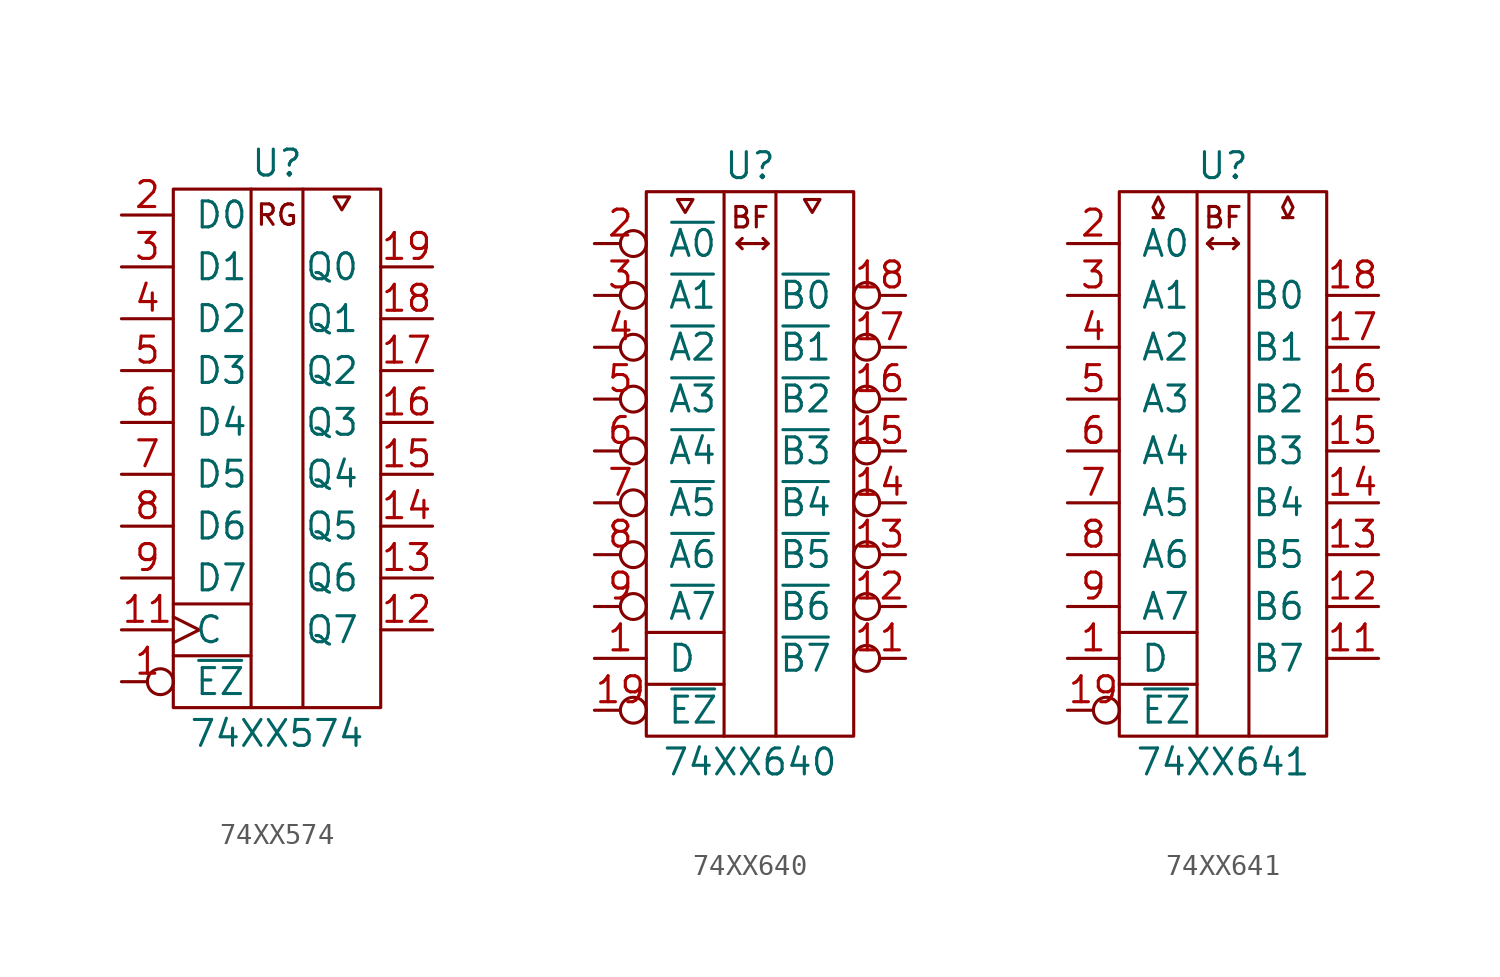
<source format=kicad_sym>
(kicad_symbol_lib
  (version 20211014)
  (generator kicad_symbol_editor)
  (symbol "74XX574"
    (pin_names
      (offset 1.016))
    (property "Reference" "U"
      (at 0 13.97 0)
      (effects (font (size 1.27 1.27))))
    (property "Value" "74XX574"
      (at 0 -13.97 0)
      (effects (font (size 1.27 1.27))))
    (symbol "74XX574_0_1"
      (polyline (pts (xy -5.08 -7.62) (xy -1.27 -7.62)) (stroke (width 0) (type default) (color 0 0 0 0)) (fill (type none)))
      (polyline (pts (xy -1.27 -10.16) (xy -5.08 -10.16)) (stroke (width 0) (type default) (color 0 0 0 0)) (fill (type none)))
      (polyline (pts (xy -1.27 12.7) (xy -1.27 -12.7)) (stroke (width 0) (type default) (color 0 0 0 0)) (fill (type none)))
      (polyline (pts (xy 1.27 -12.7) (xy 1.27 12.7)) (stroke (width 0) (type default) (color 0 0 0 0)) (fill (type none)))
      (polyline (pts (xy 3.175 11.684) (xy 2.794 12.319) (xy 3.556 12.319) (xy 3.175 11.684)) (stroke (width 0) (type default) (color 0 0 0 0)) (fill (type none))))
    (symbol "74XX574_1_1"
      (rectangle (start -5.08 -12.7) (end 5.08 12.7) (stroke (width 0) (type default) (color 0 0 0 0)) (fill (type none)))
      (text "RG" (at 0 11.43 0) (effects (font (size 1 1))))
      (pin input inverted (at -7.62 -11.43 0) (length 2.54) (name "~{EZ}" (effects (font (size 1.27 1.27)))) (number "1" (effects (font (size 1.27 1.27)))))
      (pin power_in line (at 5.08 -12.7 180) (length 0) hide (name "GND" (effects (font (size 1.27 1.27)))) (number "10" (effects (font (size 1.27 1.27)))))
      (pin input clock (at -7.62 -8.89 0) (length 2.54) (name "C" (effects (font (size 1.27 1.27)))) (number "11" (effects (font (size 1.27 1.27)))))
      (pin tri_state line (at 7.62 -8.89 180) (length 2.54) (name "Q7" (effects (font (size 1.27 1.27)))) (number "12" (effects (font (size 1.27 1.27)))))
      (pin tri_state line (at 7.62 -6.35 180) (length 2.54) (name "Q6" (effects (font (size 1.27 1.27)))) (number "13" (effects (font (size 1.27 1.27)))))
      (pin tri_state line (at 7.62 -3.81 180) (length 2.54) (name "Q5" (effects (font (size 1.27 1.27)))) (number "14" (effects (font (size 1.27 1.27)))))
      (pin tri_state line (at 7.62 -1.27 180) (length 2.54) (name "Q4" (effects (font (size 1.27 1.27)))) (number "15" (effects (font (size 1.27 1.27)))))
      (pin tri_state line (at 7.62 1.27 180) (length 2.54) (name "Q3" (effects (font (size 1.27 1.27)))) (number "16" (effects (font (size 1.27 1.27)))))
      (pin tri_state line (at 7.62 3.81 180) (length 2.54) (name "Q2" (effects (font (size 1.27 1.27)))) (number "17" (effects (font (size 1.27 1.27)))))
      (pin tri_state line (at 7.62 6.35 180) (length 2.54) (name "Q1" (effects (font (size 1.27 1.27)))) (number "18" (effects (font (size 1.27 1.27)))))
      (pin tri_state line (at 7.62 8.89 180) (length 2.54) (name "Q0" (effects (font (size 1.27 1.27)))) (number "19" (effects (font (size 1.27 1.27)))))
      (pin input line (at -7.62 11.43 0) (length 2.54) (name "D0" (effects (font (size 1.27 1.27)))) (number "2" (effects (font (size 1.27 1.27)))))
      (pin power_in line (at 5.08 12.7 180) (length 0) hide (name "VCC" (effects (font (size 1.27 1.27)))) (number "20" (effects (font (size 1.27 1.27)))))
      (pin input line (at -7.62 8.89 0) (length 2.54) (name "D1" (effects (font (size 1.27 1.27)))) (number "3" (effects (font (size 1.27 1.27)))))
      (pin input line (at -7.62 6.35 0) (length 2.54) (name "D2" (effects (font (size 1.27 1.27)))) (number "4" (effects (font (size 1.27 1.27)))))
      (pin input line (at -7.62 3.81 0) (length 2.54) (name "D3" (effects (font (size 1.27 1.27)))) (number "5" (effects (font (size 1.27 1.27)))))
      (pin input line (at -7.62 1.27 0) (length 2.54) (name "D4" (effects (font (size 1.27 1.27)))) (number "6" (effects (font (size 1.27 1.27)))))
      (pin input line (at -7.62 -1.27 0) (length 2.54) (name "D5" (effects (font (size 1.27 1.27)))) (number "7" (effects (font (size 1.27 1.27)))))
      (pin input line (at -7.62 -3.81 0) (length 2.54) (name "D6" (effects (font (size 1.27 1.27)))) (number "8" (effects (font (size 1.27 1.27)))))
      (pin input line (at -7.62 -6.35 0) (length 2.54) (name "D7" (effects (font (size 1.27 1.27)))) (number "9" (effects (font (size 1.27 1.27)))))))
  (symbol "74XX640"
    (pin_names
      (offset 1.016))
    (property "Reference" "U"
      (at 0 15.24 0)
      (effects (font (size 1.27 1.27))))
    (property "Value" "74XX640"
      (at 0 -13.97 0)
      (effects (font (size 1.27 1.27))))
    (symbol "74XX640_0_1"
      (polyline (pts (xy -5.08 -10.16) (xy -1.27 -10.16)) (stroke (width 0) (type default) (color 0 0 0 0)) (fill (type none)))
      (polyline (pts (xy -5.08 -7.62) (xy -1.27 -7.62)) (stroke (width 0) (type default) (color 0 0 0 0)) (fill (type none)))
      (polyline (pts (xy -1.27 13.97) (xy -1.27 -12.7)) (stroke (width 0) (type default) (color 0 0 0 0)) (fill (type none)))
      (polyline (pts (xy -0.635 11.43) (xy 0.889 11.43)) (stroke (width 0) (type default) (color 0 0 0 0)) (fill (type none)))
      (polyline (pts (xy 1.27 -12.7) (xy 1.27 13.97)) (stroke (width 0) (type default) (color 0 0 0 0)) (fill (type none)))
      (polyline (pts (xy -0.381 11.684) (xy -0.635 11.43) (xy -0.381 11.176)) (stroke (width 0) (type default) (color 0 0 0 0)) (fill (type none)))
      (polyline (pts (xy 0.635 11.684) (xy 0.889 11.43) (xy 0.635 11.176)) (stroke (width 0) (type default) (color 0 0 0 0)) (fill (type none)))
      (polyline (pts (xy -3.175 12.954) (xy -3.556 13.589) (xy -2.794 13.589) (xy -3.175 12.954)) (stroke (width 0) (type default) (color 0 0 0 0)) (fill (type none)))
      (polyline (pts (xy 3.048 12.954) (xy 2.667 13.589) (xy 3.429 13.589) (xy 3.048 12.954)) (stroke (width 0) (type default) (color 0 0 0 0)) (fill (type none)))
      (pin power_in line (at 5.08 -12.7 180) (length 0) hide (name "GND" (effects (font (size 1.27 1.27)))) (number "10" (effects (font (size 1.27 1.27)))))
      (pin power_in line (at 5.08 13.97 180) (length 0) hide (name "VCC" (effects (font (size 1.27 1.27)))) (number "20" (effects (font (size 1.27 1.27))))))
    (symbol "74XX640_1_1"
      (rectangle (start -5.08 13.97) (end 5.08 -12.7) (stroke (width 0) (type default) (color 0 0 0 0)) (fill (type none)))
      (text "BF" (at 0 12.7 0) (effects (font (size 1 1))))
      (pin input line (at -7.62 -8.89 0) (length 2.54) (name "D" (effects (font (size 1.27 1.27)))) (number "1" (effects (font (size 1.27 1.27)))))
      (pin tri_state inverted (at 7.62 -8.89 180) (length 2.54) (name "~{B7}" (effects (font (size 1.27 1.27)))) (number "11" (effects (font (size 1.27 1.27)))))
      (pin tri_state inverted (at 7.62 -6.35 180) (length 2.54) (name "~{B6}" (effects (font (size 1.27 1.27)))) (number "12" (effects (font (size 1.27 1.27)))))
      (pin tri_state inverted (at 7.62 -3.81 180) (length 2.54) (name "~{B5}" (effects (font (size 1.27 1.27)))) (number "13" (effects (font (size 1.27 1.27)))))
      (pin tri_state inverted (at 7.62 -1.27 180) (length 2.54) (name "~{B4}" (effects (font (size 1.27 1.27)))) (number "14" (effects (font (size 1.27 1.27)))))
      (pin tri_state inverted (at 7.62 1.27 180) (length 2.54) (name "~{B3}" (effects (font (size 1.27 1.27)))) (number "15" (effects (font (size 1.27 1.27)))))
      (pin tri_state inverted (at 7.62 3.81 180) (length 2.54) (name "~{B2}" (effects (font (size 1.27 1.27)))) (number "16" (effects (font (size 1.27 1.27)))))
      (pin tri_state inverted (at 7.62 6.35 180) (length 2.54) (name "~{B1}" (effects (font (size 1.27 1.27)))) (number "17" (effects (font (size 1.27 1.27)))))
      (pin tri_state inverted (at 7.62 8.89 180) (length 2.54) (name "~{B0}" (effects (font (size 1.27 1.27)))) (number "18" (effects (font (size 1.27 1.27)))))
      (pin input inverted (at -7.62 -11.43 0) (length 2.54) (name "~{EZ}" (effects (font (size 1.27 1.27)))) (number "19" (effects (font (size 1.27 1.27)))))
      (pin tri_state inverted (at -7.62 11.43 0) (length 2.54) (name "~{A0}" (effects (font (size 1.27 1.27)))) (number "2" (effects (font (size 1.27 1.27)))))
      (pin tri_state inverted (at -7.62 8.89 0) (length 2.54) (name "~{A1}" (effects (font (size 1.27 1.27)))) (number "3" (effects (font (size 1.27 1.27)))))
      (pin tri_state inverted (at -7.62 6.35 0) (length 2.54) (name "~{A2}" (effects (font (size 1.27 1.27)))) (number "4" (effects (font (size 1.27 1.27)))))
      (pin tri_state inverted (at -7.62 3.81 0) (length 2.54) (name "~{A3}" (effects (font (size 1.27 1.27)))) (number "5" (effects (font (size 1.27 1.27)))))
      (pin tri_state inverted (at -7.62 1.27 0) (length 2.54) (name "~{A4}" (effects (font (size 1.27 1.27)))) (number "6" (effects (font (size 1.27 1.27)))))
      (pin tri_state inverted (at -7.62 -1.27 0) (length 2.54) (name "~{A5}" (effects (font (size 1.27 1.27)))) (number "7" (effects (font (size 1.27 1.27)))))
      (pin tri_state inverted (at -7.62 -3.81 0) (length 2.54) (name "~{A6}" (effects (font (size 1.27 1.27)))) (number "8" (effects (font (size 1.27 1.27)))))
      (pin tri_state inverted (at -7.62 -6.35 0) (length 2.54) (name "~{A7}" (effects (font (size 1.27 1.27)))) (number "9" (effects (font (size 1.27 1.27)))))))
  (symbol "74XX641"
    (pin_names
      (offset 1.016))
    (property "Reference" "U"
      (at 0 15.24 0)
      (effects (font (size 1.27 1.27))))
    (property "Value" "74XX641"
      (at 0 -13.97 0)
      (effects (font (size 1.27 1.27))))
    (symbol "74XX641_0_1"
      (polyline (pts (xy -5.08 -7.62) (xy -1.27 -7.62)) (stroke (width 0) (type default) (color 0 0 0 0)) (fill (type none)))
      (polyline (pts (xy -1.27 13.97) (xy -1.27 -12.7)) (stroke (width 0) (type default) (color 0 0 0 0)) (fill (type none)))
      (polyline (pts (xy -0.762 11.43) (xy 0.762 11.43)) (stroke (width 0) (type default) (color 0 0 0 0)) (fill (type none)))
      (polyline (pts (xy 1.27 -12.7) (xy 1.27 13.97)) (stroke (width 0) (type default) (color 0 0 0 0)) (fill (type none)))
      (polyline (pts (xy -0.508 11.684) (xy -0.762 11.43) (xy -0.508 11.176)) (stroke (width 0) (type default) (color 0 0 0 0)) (fill (type none)))
      (polyline (pts (xy 0.508 11.684) (xy 0.762 11.43) (xy 0.508 11.176)) (stroke (width 0) (type default) (color 0 0 0 0)) (fill (type none)))
      (pin power_in line (at 5.08 -12.7 180) (length 0) hide (name "GND" (effects (font (size 1.27 1.27)))) (number "10" (effects (font (size 1.27 1.27)))))
      (pin power_in line (at 5.08 13.97 180) (length 0) hide (name "VCC" (effects (font (size 1.27 1.27)))) (number "20" (effects (font (size 1.27 1.27))))))
    (symbol "74XX641_1_1"
      (rectangle (start -5.08 13.97) (end 5.08 -12.7) (stroke (width 0) (type default) (color 0 0 0 0)) (fill (type none)))
      (polyline (pts (xy -5.08 -10.16) (xy -1.27 -10.16)) (stroke (width 0) (type default) (color 0 0 0 0)) (fill (type none)))
      (polyline (pts (xy -3.429 12.7) (xy -2.921 12.7)) (stroke (width 0) (type default) (color 0 0 0 0)) (fill (type none)))
      (polyline (pts (xy 2.921 12.7) (xy 3.429 12.7)) (stroke (width 0) (type default) (color 0 0 0 0)) (fill (type none)))
      (polyline (pts (xy -3.175 13.716) (xy -3.429 13.208) (xy -3.175 12.7) (xy -2.921 13.208) (xy -3.175 13.716)) (stroke (width 0) (type default) (color 0 0 0 0)) (fill (type none)))
      (polyline (pts (xy 3.175 13.716) (xy 2.921 13.208) (xy 3.175 12.7) (xy 3.429 13.208) (xy 3.175 13.716)) (stroke (width 0) (type default) (color 0 0 0 0)) (fill (type none)))
      (text "BF" (at 0 12.7 0) (effects (font (size 1 1))))
      (pin input line (at -7.62 -8.89 0) (length 2.54) (name "D" (effects (font (size 1.27 1.27)))) (number "1" (effects (font (size 1.27 1.27)))))
      (pin open_collector line (at 7.62 -8.89 180) (length 2.54) (name "B7" (effects (font (size 1.27 1.27)))) (number "11" (effects (font (size 1.27 1.27)))))
      (pin open_collector line (at 7.62 -6.35 180) (length 2.54) (name "B6" (effects (font (size 1.27 1.27)))) (number "12" (effects (font (size 1.27 1.27)))))
      (pin open_collector line (at 7.62 -3.81 180) (length 2.54) (name "B5" (effects (font (size 1.27 1.27)))) (number "13" (effects (font (size 1.27 1.27)))))
      (pin open_collector line (at 7.62 -1.27 180) (length 2.54) (name "B4" (effects (font (size 1.27 1.27)))) (number "14" (effects (font (size 1.27 1.27)))))
      (pin open_collector line (at 7.62 1.27 180) (length 2.54) (name "B3" (effects (font (size 1.27 1.27)))) (number "15" (effects (font (size 1.27 1.27)))))
      (pin open_collector line (at 7.62 3.81 180) (length 2.54) (name "B2" (effects (font (size 1.27 1.27)))) (number "16" (effects (font (size 1.27 1.27)))))
      (pin open_collector line (at 7.62 6.35 180) (length 2.54) (name "B1" (effects (font (size 1.27 1.27)))) (number "17" (effects (font (size 1.27 1.27)))))
      (pin open_collector line (at 7.62 8.89 180) (length 2.54) (name "B0" (effects (font (size 1.27 1.27)))) (number "18" (effects (font (size 1.27 1.27)))))
      (pin input inverted (at -7.62 -11.43 0) (length 2.54) (name "~{EZ}" (effects (font (size 1.27 1.27)))) (number "19" (effects (font (size 1.27 1.27)))))
      (pin open_collector line (at -7.62 11.43 0) (length 2.54) (name "A0" (effects (font (size 1.27 1.27)))) (number "2" (effects (font (size 1.27 1.27)))))
      (pin open_collector line (at -7.62 8.89 0) (length 2.54) (name "A1" (effects (font (size 1.27 1.27)))) (number "3" (effects (font (size 1.27 1.27)))))
      (pin open_collector line (at -7.62 6.35 0) (length 2.54) (name "A2" (effects (font (size 1.27 1.27)))) (number "4" (effects (font (size 1.27 1.27)))))
      (pin open_collector line (at -7.62 3.81 0) (length 2.54) (name "A3" (effects (font (size 1.27 1.27)))) (number "5" (effects (font (size 1.27 1.27)))))
      (pin open_collector line (at -7.62 1.27 0) (length 2.54) (name "A4" (effects (font (size 1.27 1.27)))) (number "6" (effects (font (size 1.27 1.27)))))
      (pin open_collector line (at -7.62 -1.27 0) (length 2.54) (name "A5" (effects (font (size 1.27 1.27)))) (number "7" (effects (font (size 1.27 1.27)))))
      (pin open_collector line (at -7.62 -3.81 0) (length 2.54) (name "A6" (effects (font (size 1.27 1.27)))) (number "8" (effects (font (size 1.27 1.27)))))
      (pin open_collector line (at -7.62 -6.35 0) (length 2.54) (name "A7" (effects (font (size 1.27 1.27)))) (number "9" (effects (font (size 1.27 1.27))))))))
</source>
